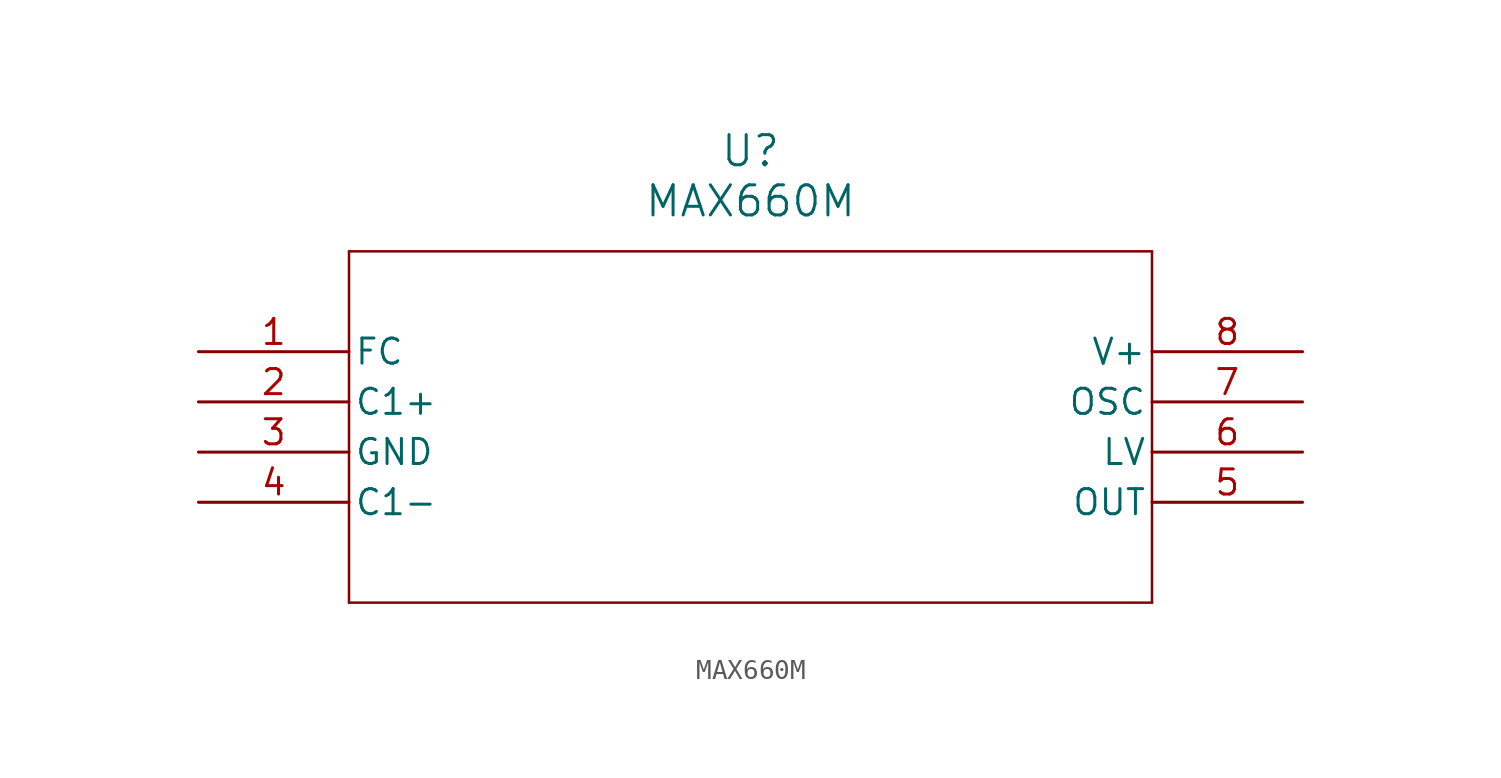
<source format=kicad_sym>
(kicad_symbol_lib
  (version 20211014)
  (generator kicad_symbol_editor)
  (symbol "MAX660M"
    (pin_names
      (offset 0.254))
    (property "Reference" "U"
      (at 27.94 10.16 0)
      (effects (font (size 1.524 1.524))))
    (property "Value" "MAX660M"
      (at 27.94 7.62 0)
      (effects (font (size 1.524 1.524))))
    (symbol "MAX660M_0_1"
      (polyline (pts (xy 7.62 5.08) (xy 7.62 -12.7)) (stroke (width 0.127) (type default) (color 0 0 0 0)) (fill (type none)))
      (polyline (pts (xy 7.62 -12.7) (xy 48.26 -12.7)) (stroke (width 0.127) (type default) (color 0 0 0 0)) (fill (type none)))
      (polyline (pts (xy 48.26 -12.7) (xy 48.26 5.08)) (stroke (width 0.127) (type default) (color 0 0 0 0)) (fill (type none)))
      (polyline (pts (xy 48.26 5.08) (xy 7.62 5.08)) (stroke (width 0.127) (type default) (color 0 0 0 0)) (fill (type none)))
      (pin passive line (at 0 0 0) (length 7.62) (name "FC" (effects (font (size 1.27 1.27)))) (number "1" (effects (font (size 1.27 1.27)))))
      (pin passive line (at 0 -2.54 0) (length 7.62) (name "C1+" (effects (font (size 1.27 1.27)))) (number "2" (effects (font (size 1.27 1.27)))))
      (pin passive line (at 0 -5.08 0) (length 7.62) (name "GND" (effects (font (size 1.27 1.27)))) (number "3" (effects (font (size 1.27 1.27)))))
      (pin passive line (at 0 -7.62 0) (length 7.62) (name "C1-" (effects (font (size 1.27 1.27)))) (number "4" (effects (font (size 1.27 1.27)))))
      (pin output line (at 55.88 -7.62 180) (length 7.62) (name "OUT" (effects (font (size 1.27 1.27)))) (number "5" (effects (font (size 1.27 1.27)))))
      (pin passive line (at 55.88 -5.08 180) (length 7.62) (name "LV" (effects (font (size 1.27 1.27)))) (number "6" (effects (font (size 1.27 1.27)))))
      (pin passive line (at 55.88 -2.54 180) (length 7.62) (name "OSC" (effects (font (size 1.27 1.27)))) (number "7" (effects (font (size 1.27 1.27)))))
      (pin input line (at 55.88 0 180) (length 7.62) (name "V+" (effects (font (size 1.27 1.27)))) (number "8" (effects (font (size 1.27 1.27))))))))
</source>
